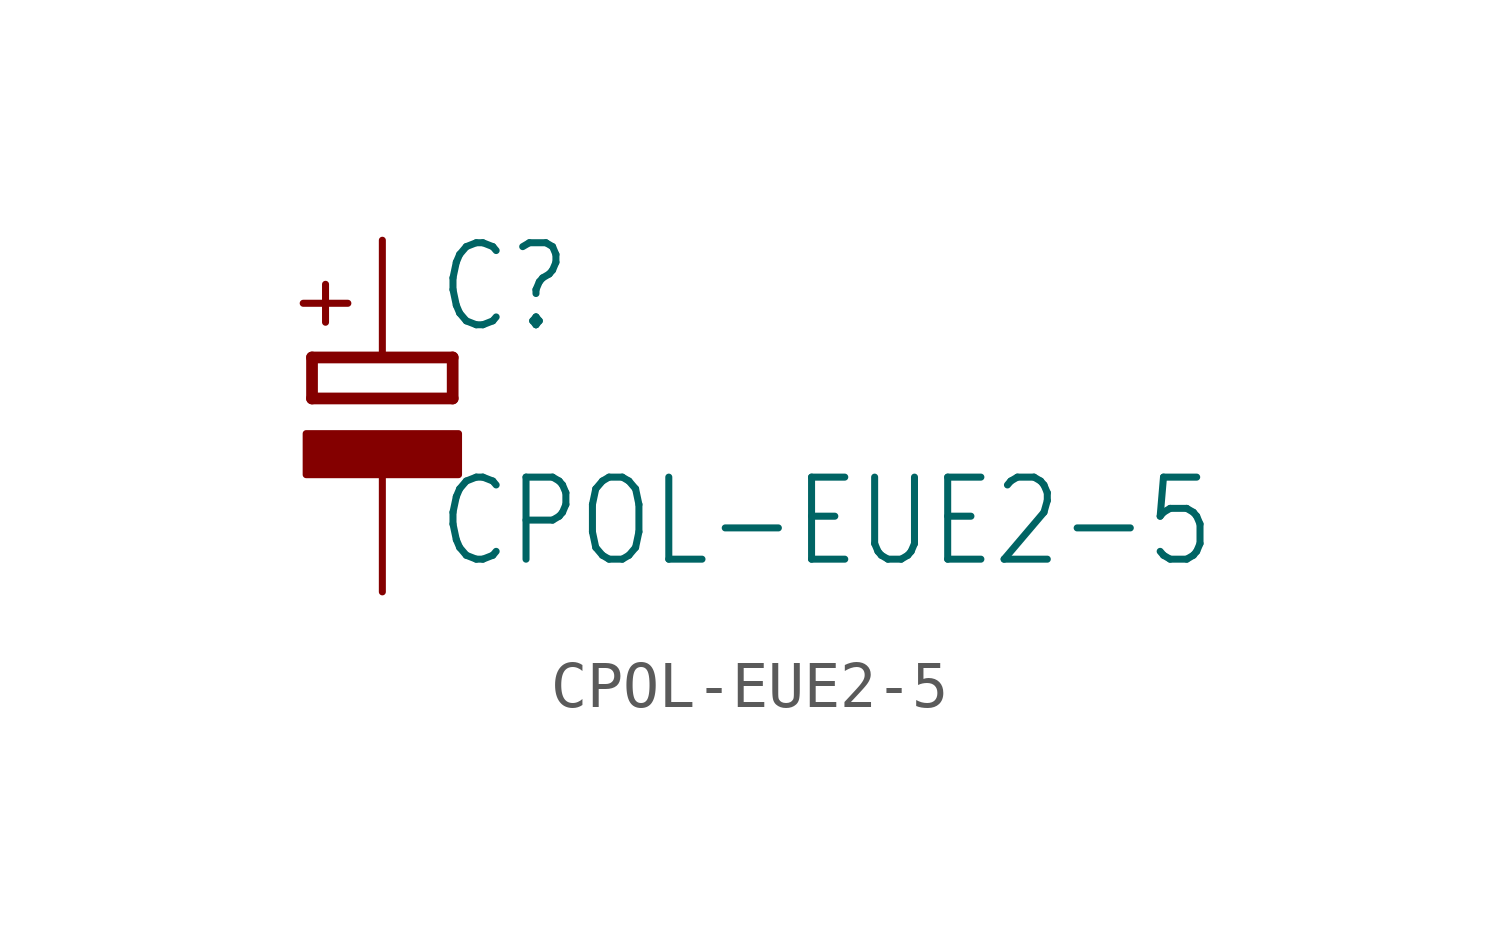
<source format=kicad_sym>
(kicad_symbol_lib
  (version 20220331)
  (generator kicad_symbol_editor)
  (symbol "CPOL-EUE2-5"
    (property "Reference" "C"
      (at 1.143 0.483 0)
      (effects (font (size 1.778 1.511)) (justify left bottom)))
    (property "Value" "CPOL-EUE2-5"
      (at 1.143 -4.597 0)
      (effects (font (size 1.778 1.511)) (justify left bottom)))
    (property "ki_locked" ""
      (at 0 0 0)
      (effects (font (size 1.27 1.27))))
    (symbol "CPOL-EUE2-5_1_0"
      (rectangle (start -1.651 -2.54) (end 1.651 -1.651) (stroke (width 0) (type default)) (fill (type outline)))
      (polyline (pts (xy -1.524 -0.889) (xy 1.524 -0.889)) (stroke (width 0.254) (type solid)) (fill (type none)))
      (polyline (pts (xy -1.524 0) (xy -1.524 -0.889)) (stroke (width 0.254) (type solid)) (fill (type none)))
      (polyline (pts (xy -1.524 0) (xy 1.524 0)) (stroke (width 0.254) (type solid)) (fill (type none)))
      (polyline (pts (xy 1.524 -0.889) (xy 1.524 0)) (stroke (width 0.254) (type solid)) (fill (type none)))
      (text "+" (at -0.584 0.406 900) (effects (font (size 1.27 1.079)) (justify left bottom)))
      (pin passive line (at 0 2.54 270) (length 2.54) (name "+" (effects (font (size 0 0)))) (number "+" (effects (font (size 0 0)))))
      (pin passive line (at 0 -5.08 90) (length 2.54) (name "-" (effects (font (size 0 0)))) (number "-" (effects (font (size 0 0))))))))
</source>
